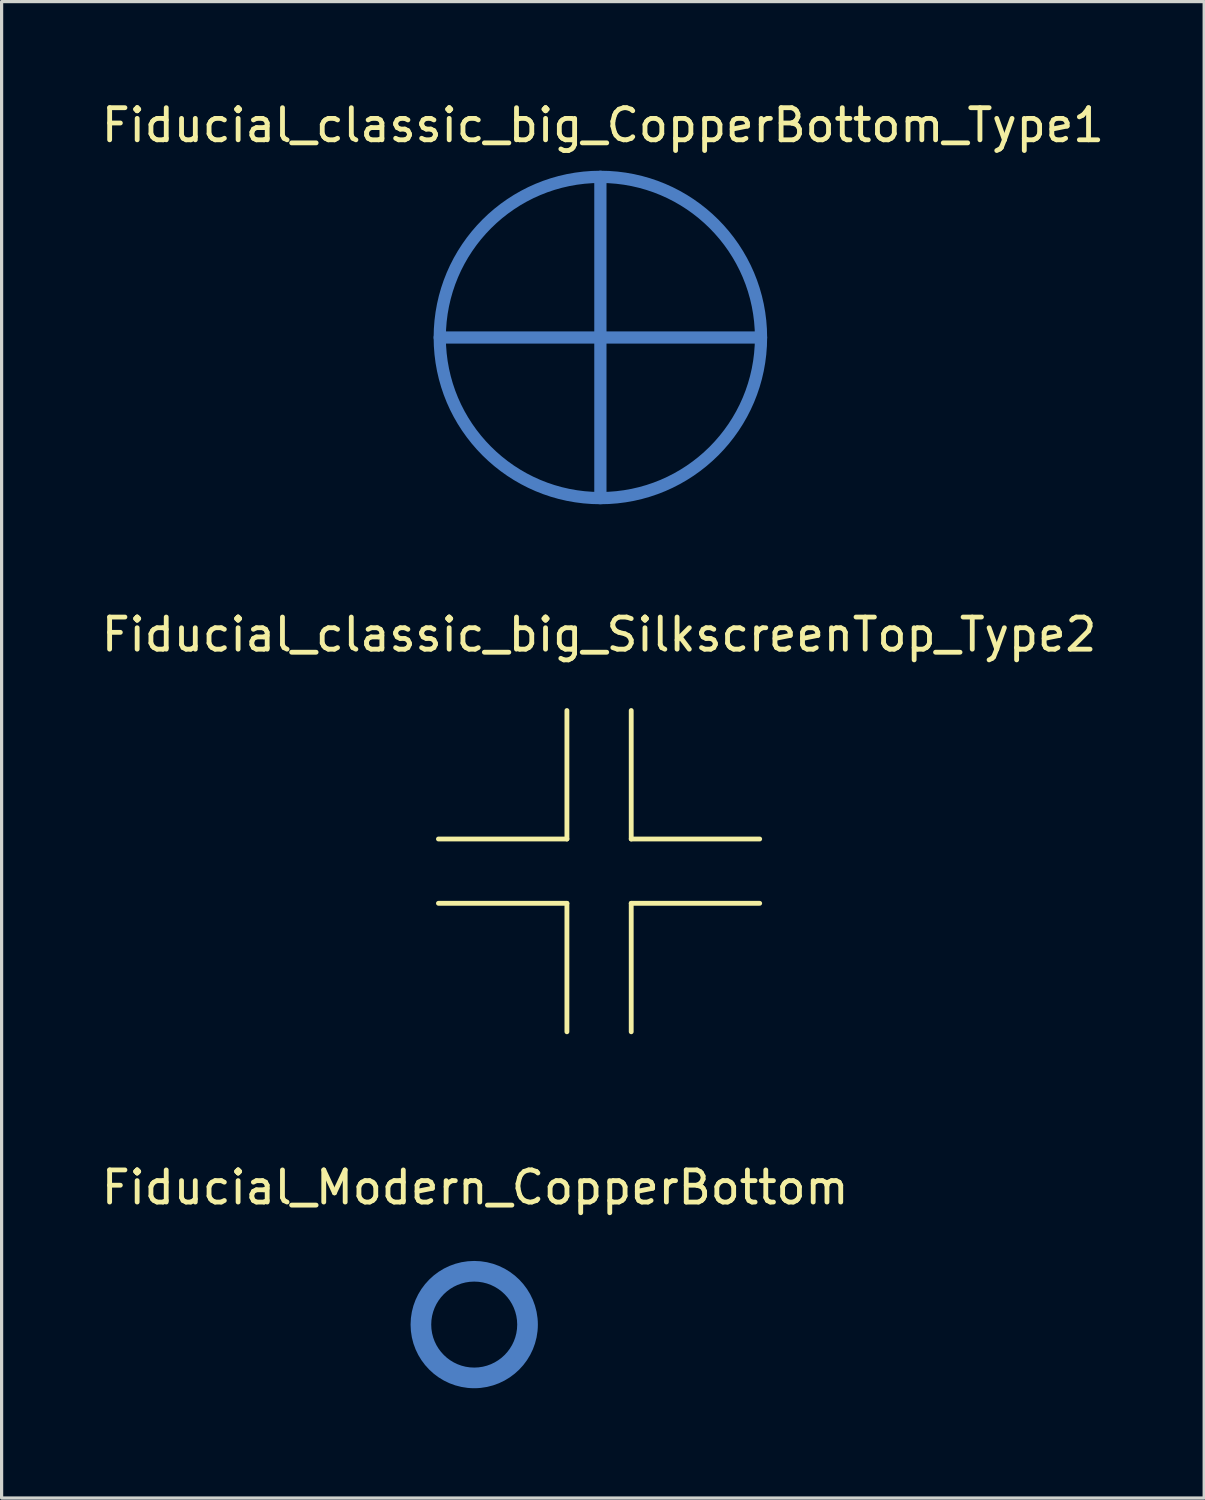
<source format=kicad_pcb>
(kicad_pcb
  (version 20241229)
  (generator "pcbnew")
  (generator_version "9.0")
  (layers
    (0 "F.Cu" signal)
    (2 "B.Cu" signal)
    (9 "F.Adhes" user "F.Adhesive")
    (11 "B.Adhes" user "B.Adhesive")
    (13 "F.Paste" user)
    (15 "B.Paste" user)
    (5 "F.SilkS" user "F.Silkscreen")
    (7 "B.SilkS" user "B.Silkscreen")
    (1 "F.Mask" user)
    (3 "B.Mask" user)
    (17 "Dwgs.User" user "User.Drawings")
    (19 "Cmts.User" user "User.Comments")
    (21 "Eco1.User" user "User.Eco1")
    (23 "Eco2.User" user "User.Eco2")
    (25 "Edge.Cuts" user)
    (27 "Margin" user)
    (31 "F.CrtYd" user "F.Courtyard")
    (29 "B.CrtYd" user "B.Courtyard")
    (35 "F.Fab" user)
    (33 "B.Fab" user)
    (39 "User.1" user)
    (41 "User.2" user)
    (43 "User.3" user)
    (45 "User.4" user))
  (footprint "Fiducial_classic_big_SilkscreenTop_Type2"
    (layer "F.Cu")
    (at 15.601 24.072)
    (property "Reference" "Fiducial_classic_big_SilkscreenTop_Type2" (at 0 -7.366 0) (layer "F.SilkS") (effects (font (size 1 1) (thickness 0.15))))
    (attr through_hole)
    (fp_line (start -1.001 -1.001) (end -5.001 -1.001) (stroke (width 0.15) (type solid)) (layer "F.SilkS"))
    (fp_line (start -1.001 -1.001) (end -1.001 -5.001) (stroke (width 0.15) (type solid)) (layer "F.SilkS"))
    (fp_line (start -1.001 1.001) (end -5.001 1.001) (stroke (width 0.15) (type solid)) (layer "F.SilkS"))
    (fp_line (start -1.001 1.001) (end -1.001 5.001) (stroke (width 0.15) (type solid)) (layer "F.SilkS"))
    (fp_line (start 1.001 -1.001) (end 1.001 -5.001) (stroke (width 0.15) (type solid)) (layer "F.SilkS"))
    (fp_line (start 1.001 -1.001) (end 5.001 -1.001) (stroke (width 0.15) (type solid)) (layer "F.SilkS"))
    (fp_line (start 1.001 1.001) (end 1.001 5.001) (stroke (width 0.15) (type solid)) (layer "F.SilkS"))
    (fp_line (start 1.001 1.001) (end 5.001 1.001) (stroke (width 0.15) (type solid)) (layer "F.SilkS"))
    (pad "" smd rect (at 0 0) (size 11.999 11.999) (layers "F.Mask")))
  (footprint "Fiducial_Modern_CopperBottom"
    (layer "F.Cu")
    (at 11.714 38.189)
    (property "Reference" "Fiducial_Modern_CopperBottom" (at 0.03 -4.27 0) (layer "F.SilkS") (effects (font (size 1 1) (thickness 0.15))))
    (attr through_hole)
    (fp_circle (center 0 0) (end 1.529 0) (stroke (width 0.381) (type solid)) (fill no) (layer "B.Cu"))
    (fp_circle (center 0 0) (end 1.791 0) (stroke (width 0.381) (type solid)) (fill no) (layer "B.Cu"))
    (pad "" smd circle (at 0 0) (size 4.801 4.801) (layers "B.Mask")))
  (footprint "Fiducial_classic_big_CopperBottom_Type1"
    (layer "F.Cu")
    (at 15.642 7.457)
    (property "Reference" "Fiducial_classic_big_CopperBottom_Type1" (at 0.079 -6.609 0) (layer "F.SilkS") (effects (font (size 1 1) (thickness 0.15))))
    (attr through_hole)
    (fp_line (start -5.001 0) (end 5.001 0) (stroke (width 0.381) (type solid)) (layer "B.Cu"))
    (fp_line (start 0 -5.001) (end 0 5.001) (stroke (width 0.381) (type solid)) (layer "B.Cu"))
    (fp_circle (center 0 0) (end 5.001 0) (stroke (width 0.381) (type solid)) (fill no) (layer "B.Cu"))
    (pad "" smd circle (at 0 0) (size 10.8 10.8) (layers "B.Mask")))
  (gr_rect
    (start -3 -3)
    (end 34.44 43.589)
    (stroke (width 0.1) (type default))
    (fill no)
    (layer "Edge.Cuts")))
</source>
